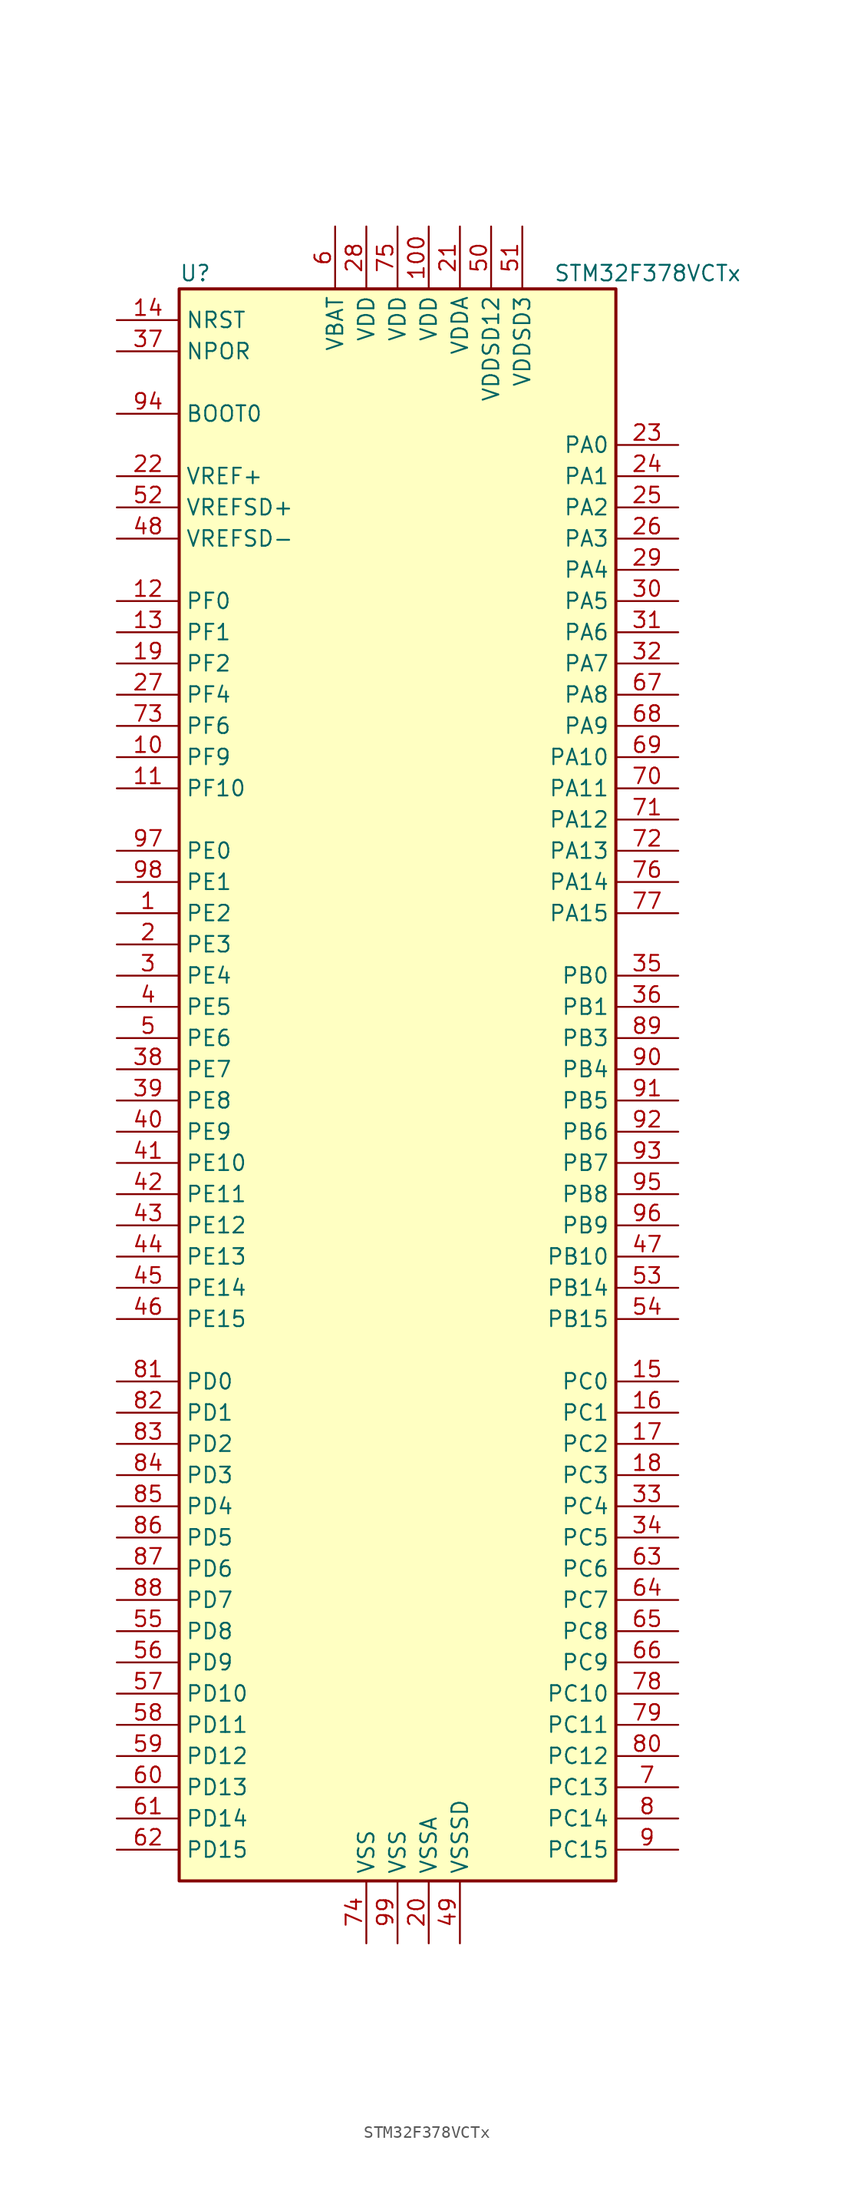
<source format=kicad_sym>
(kicad_symbol_lib
  (version 20201005)
  (generator kicad_symbol_editor)
  (symbol "STM32F378VCTx"
    (property "Reference" "U"
      (at -17.78 64.77 0)
      (effects (font (size 1.27 1.27)) (justify left)))
    (property "Value" "STM32F378VCTx"
      (at 12.7 64.77 0)
      (effects (font (size 1.27 1.27)) (justify left)))
    (symbol "STM32F378VCTx_0_1"
      (rectangle (start -17.78 -66.04) (end 17.78 63.5) (stroke (width 0.254)) (fill (type background))))
    (symbol "STM32F378VCTx_1_1"
      (pin bidirectional line (at -22.86 12.7 0) (length 5.08) (name "PE2" (effects (font (size 1.27 1.27)))) (number "1" (effects (font (size 1.27 1.27)))))
      (pin bidirectional line (at -22.86 25.4 0) (length 5.08) (name "PF9" (effects (font (size 1.27 1.27)))) (number "10" (effects (font (size 1.27 1.27)))))
      (pin power_in line (at 2.54 68.58 270) (length 5.08) (name "VDD" (effects (font (size 1.27 1.27)))) (number "100" (effects (font (size 1.27 1.27)))))
      (pin bidirectional line (at -22.86 22.86 0) (length 5.08) (name "PF10" (effects (font (size 1.27 1.27)))) (number "11" (effects (font (size 1.27 1.27)))))
      (pin input line (at -22.86 38.1 0) (length 5.08) (name "PF0" (effects (font (size 1.27 1.27)))) (number "12" (effects (font (size 1.27 1.27)))))
      (pin input line (at -22.86 35.56 0) (length 5.08) (name "PF1" (effects (font (size 1.27 1.27)))) (number "13" (effects (font (size 1.27 1.27)))))
      (pin input line (at -22.86 60.96 0) (length 5.08) (name "NRST" (effects (font (size 1.27 1.27)))) (number "14" (effects (font (size 1.27 1.27)))))
      (pin bidirectional line (at 22.86 -25.4 180) (length 5.08) (name "PC0" (effects (font (size 1.27 1.27)))) (number "15" (effects (font (size 1.27 1.27)))))
      (pin bidirectional line (at 22.86 -27.94 180) (length 5.08) (name "PC1" (effects (font (size 1.27 1.27)))) (number "16" (effects (font (size 1.27 1.27)))))
      (pin bidirectional line (at 22.86 -30.48 180) (length 5.08) (name "PC2" (effects (font (size 1.27 1.27)))) (number "17" (effects (font (size 1.27 1.27)))))
      (pin bidirectional line (at 22.86 -33.02 180) (length 5.08) (name "PC3" (effects (font (size 1.27 1.27)))) (number "18" (effects (font (size 1.27 1.27)))))
      (pin bidirectional line (at -22.86 33.02 0) (length 5.08) (name "PF2" (effects (font (size 1.27 1.27)))) (number "19" (effects (font (size 1.27 1.27)))))
      (pin bidirectional line (at -22.86 10.16 0) (length 5.08) (name "PE3" (effects (font (size 1.27 1.27)))) (number "2" (effects (font (size 1.27 1.27)))))
      (pin power_in line (at 2.54 -71.12 90) (length 5.08) (name "VSSA" (effects (font (size 1.27 1.27)))) (number "20" (effects (font (size 1.27 1.27)))))
      (pin power_in line (at 5.08 68.58 270) (length 5.08) (name "VDDA" (effects (font (size 1.27 1.27)))) (number "21" (effects (font (size 1.27 1.27)))))
      (pin power_in line (at -22.86 48.26 0) (length 5.08) (name "VREF+" (effects (font (size 1.27 1.27)))) (number "22" (effects (font (size 1.27 1.27)))))
      (pin bidirectional line (at 22.86 50.8 180) (length 5.08) (name "PA0" (effects (font (size 1.27 1.27)))) (number "23" (effects (font (size 1.27 1.27)))))
      (pin bidirectional line (at 22.86 48.26 180) (length 5.08) (name "PA1" (effects (font (size 1.27 1.27)))) (number "24" (effects (font (size 1.27 1.27)))))
      (pin bidirectional line (at 22.86 45.72 180) (length 5.08) (name "PA2" (effects (font (size 1.27 1.27)))) (number "25" (effects (font (size 1.27 1.27)))))
      (pin bidirectional line (at 22.86 43.18 180) (length 5.08) (name "PA3" (effects (font (size 1.27 1.27)))) (number "26" (effects (font (size 1.27 1.27)))))
      (pin bidirectional line (at -22.86 30.48 0) (length 5.08) (name "PF4" (effects (font (size 1.27 1.27)))) (number "27" (effects (font (size 1.27 1.27)))))
      (pin power_in line (at -2.54 68.58 270) (length 5.08) (name "VDD" (effects (font (size 1.27 1.27)))) (number "28" (effects (font (size 1.27 1.27)))))
      (pin bidirectional line (at 22.86 40.64 180) (length 5.08) (name "PA4" (effects (font (size 1.27 1.27)))) (number "29" (effects (font (size 1.27 1.27)))))
      (pin bidirectional line (at -22.86 7.62 0) (length 5.08) (name "PE4" (effects (font (size 1.27 1.27)))) (number "3" (effects (font (size 1.27 1.27)))))
      (pin bidirectional line (at 22.86 38.1 180) (length 5.08) (name "PA5" (effects (font (size 1.27 1.27)))) (number "30" (effects (font (size 1.27 1.27)))))
      (pin bidirectional line (at 22.86 35.56 180) (length 5.08) (name "PA6" (effects (font (size 1.27 1.27)))) (number "31" (effects (font (size 1.27 1.27)))))
      (pin bidirectional line (at 22.86 33.02 180) (length 5.08) (name "PA7" (effects (font (size 1.27 1.27)))) (number "32" (effects (font (size 1.27 1.27)))))
      (pin bidirectional line (at 22.86 -35.56 180) (length 5.08) (name "PC4" (effects (font (size 1.27 1.27)))) (number "33" (effects (font (size 1.27 1.27)))))
      (pin bidirectional line (at 22.86 -38.1 180) (length 5.08) (name "PC5" (effects (font (size 1.27 1.27)))) (number "34" (effects (font (size 1.27 1.27)))))
      (pin bidirectional line (at 22.86 7.62 180) (length 5.08) (name "PB0" (effects (font (size 1.27 1.27)))) (number "35" (effects (font (size 1.27 1.27)))))
      (pin bidirectional line (at 22.86 5.08 180) (length 5.08) (name "PB1" (effects (font (size 1.27 1.27)))) (number "36" (effects (font (size 1.27 1.27)))))
      (pin input line (at -22.86 58.42 0) (length 5.08) (name "NPOR" (effects (font (size 1.27 1.27)))) (number "37" (effects (font (size 1.27 1.27)))))
      (pin bidirectional line (at -22.86 0 0) (length 5.08) (name "PE7" (effects (font (size 1.27 1.27)))) (number "38" (effects (font (size 1.27 1.27)))))
      (pin bidirectional line (at -22.86 -2.54 0) (length 5.08) (name "PE8" (effects (font (size 1.27 1.27)))) (number "39" (effects (font (size 1.27 1.27)))))
      (pin bidirectional line (at -22.86 5.08 0) (length 5.08) (name "PE5" (effects (font (size 1.27 1.27)))) (number "4" (effects (font (size 1.27 1.27)))))
      (pin bidirectional line (at -22.86 -5.08 0) (length 5.08) (name "PE9" (effects (font (size 1.27 1.27)))) (number "40" (effects (font (size 1.27 1.27)))))
      (pin bidirectional line (at -22.86 -7.62 0) (length 5.08) (name "PE10" (effects (font (size 1.27 1.27)))) (number "41" (effects (font (size 1.27 1.27)))))
      (pin bidirectional line (at -22.86 -10.16 0) (length 5.08) (name "PE11" (effects (font (size 1.27 1.27)))) (number "42" (effects (font (size 1.27 1.27)))))
      (pin bidirectional line (at -22.86 -12.7 0) (length 5.08) (name "PE12" (effects (font (size 1.27 1.27)))) (number "43" (effects (font (size 1.27 1.27)))))
      (pin bidirectional line (at -22.86 -15.24 0) (length 5.08) (name "PE13" (effects (font (size 1.27 1.27)))) (number "44" (effects (font (size 1.27 1.27)))))
      (pin bidirectional line (at -22.86 -17.78 0) (length 5.08) (name "PE14" (effects (font (size 1.27 1.27)))) (number "45" (effects (font (size 1.27 1.27)))))
      (pin bidirectional line (at -22.86 -20.32 0) (length 5.08) (name "PE15" (effects (font (size 1.27 1.27)))) (number "46" (effects (font (size 1.27 1.27)))))
      (pin bidirectional line (at 22.86 -15.24 180) (length 5.08) (name "PB10" (effects (font (size 1.27 1.27)))) (number "47" (effects (font (size 1.27 1.27)))))
      (pin power_in line (at -22.86 43.18 0) (length 5.08) (name "VREFSD-" (effects (font (size 1.27 1.27)))) (number "48" (effects (font (size 1.27 1.27)))))
      (pin power_in line (at 5.08 -71.12 90) (length 5.08) (name "VSSSD" (effects (font (size 1.27 1.27)))) (number "49" (effects (font (size 1.27 1.27)))))
      (pin bidirectional line (at -22.86 2.54 0) (length 5.08) (name "PE6" (effects (font (size 1.27 1.27)))) (number "5" (effects (font (size 1.27 1.27)))))
      (pin power_in line (at 7.62 68.58 270) (length 5.08) (name "VDDSD12" (effects (font (size 1.27 1.27)))) (number "50" (effects (font (size 1.27 1.27)))))
      (pin power_in line (at 10.16 68.58 270) (length 5.08) (name "VDDSD3" (effects (font (size 1.27 1.27)))) (number "51" (effects (font (size 1.27 1.27)))))
      (pin power_in line (at -22.86 45.72 0) (length 5.08) (name "VREFSD+" (effects (font (size 1.27 1.27)))) (number "52" (effects (font (size 1.27 1.27)))))
      (pin bidirectional line (at 22.86 -17.78 180) (length 5.08) (name "PB14" (effects (font (size 1.27 1.27)))) (number "53" (effects (font (size 1.27 1.27)))))
      (pin bidirectional line (at 22.86 -20.32 180) (length 5.08) (name "PB15" (effects (font (size 1.27 1.27)))) (number "54" (effects (font (size 1.27 1.27)))))
      (pin bidirectional line (at -22.86 -45.72 0) (length 5.08) (name "PD8" (effects (font (size 1.27 1.27)))) (number "55" (effects (font (size 1.27 1.27)))))
      (pin bidirectional line (at -22.86 -48.26 0) (length 5.08) (name "PD9" (effects (font (size 1.27 1.27)))) (number "56" (effects (font (size 1.27 1.27)))))
      (pin bidirectional line (at -22.86 -50.8 0) (length 5.08) (name "PD10" (effects (font (size 1.27 1.27)))) (number "57" (effects (font (size 1.27 1.27)))))
      (pin bidirectional line (at -22.86 -53.34 0) (length 5.08) (name "PD11" (effects (font (size 1.27 1.27)))) (number "58" (effects (font (size 1.27 1.27)))))
      (pin bidirectional line (at -22.86 -55.88 0) (length 5.08) (name "PD12" (effects (font (size 1.27 1.27)))) (number "59" (effects (font (size 1.27 1.27)))))
      (pin power_in line (at -5.08 68.58 270) (length 5.08) (name "VBAT" (effects (font (size 1.27 1.27)))) (number "6" (effects (font (size 1.27 1.27)))))
      (pin bidirectional line (at -22.86 -58.42 0) (length 5.08) (name "PD13" (effects (font (size 1.27 1.27)))) (number "60" (effects (font (size 1.27 1.27)))))
      (pin bidirectional line (at -22.86 -60.96 0) (length 5.08) (name "PD14" (effects (font (size 1.27 1.27)))) (number "61" (effects (font (size 1.27 1.27)))))
      (pin bidirectional line (at -22.86 -63.5 0) (length 5.08) (name "PD15" (effects (font (size 1.27 1.27)))) (number "62" (effects (font (size 1.27 1.27)))))
      (pin bidirectional line (at 22.86 -40.64 180) (length 5.08) (name "PC6" (effects (font (size 1.27 1.27)))) (number "63" (effects (font (size 1.27 1.27)))))
      (pin bidirectional line (at 22.86 -43.18 180) (length 5.08) (name "PC7" (effects (font (size 1.27 1.27)))) (number "64" (effects (font (size 1.27 1.27)))))
      (pin bidirectional line (at 22.86 -45.72 180) (length 5.08) (name "PC8" (effects (font (size 1.27 1.27)))) (number "65" (effects (font (size 1.27 1.27)))))
      (pin bidirectional line (at 22.86 -48.26 180) (length 5.08) (name "PC9" (effects (font (size 1.27 1.27)))) (number "66" (effects (font (size 1.27 1.27)))))
      (pin bidirectional line (at 22.86 30.48 180) (length 5.08) (name "PA8" (effects (font (size 1.27 1.27)))) (number "67" (effects (font (size 1.27 1.27)))))
      (pin bidirectional line (at 22.86 27.94 180) (length 5.08) (name "PA9" (effects (font (size 1.27 1.27)))) (number "68" (effects (font (size 1.27 1.27)))))
      (pin bidirectional line (at 22.86 25.4 180) (length 5.08) (name "PA10" (effects (font (size 1.27 1.27)))) (number "69" (effects (font (size 1.27 1.27)))))
      (pin bidirectional line (at 22.86 -58.42 180) (length 5.08) (name "PC13" (effects (font (size 1.27 1.27)))) (number "7" (effects (font (size 1.27 1.27)))))
      (pin bidirectional line (at 22.86 22.86 180) (length 5.08) (name "PA11" (effects (font (size 1.27 1.27)))) (number "70" (effects (font (size 1.27 1.27)))))
      (pin bidirectional line (at 22.86 20.32 180) (length 5.08) (name "PA12" (effects (font (size 1.27 1.27)))) (number "71" (effects (font (size 1.27 1.27)))))
      (pin bidirectional line (at 22.86 17.78 180) (length 5.08) (name "PA13" (effects (font (size 1.27 1.27)))) (number "72" (effects (font (size 1.27 1.27)))))
      (pin bidirectional line (at -22.86 27.94 0) (length 5.08) (name "PF6" (effects (font (size 1.27 1.27)))) (number "73" (effects (font (size 1.27 1.27)))))
      (pin power_in line (at -2.54 -71.12 90) (length 5.08) (name "VSS" (effects (font (size 1.27 1.27)))) (number "74" (effects (font (size 1.27 1.27)))))
      (pin power_in line (at 0 68.58 270) (length 5.08) (name "VDD" (effects (font (size 1.27 1.27)))) (number "75" (effects (font (size 1.27 1.27)))))
      (pin bidirectional line (at 22.86 15.24 180) (length 5.08) (name "PA14" (effects (font (size 1.27 1.27)))) (number "76" (effects (font (size 1.27 1.27)))))
      (pin bidirectional line (at 22.86 12.7 180) (length 5.08) (name "PA15" (effects (font (size 1.27 1.27)))) (number "77" (effects (font (size 1.27 1.27)))))
      (pin bidirectional line (at 22.86 -50.8 180) (length 5.08) (name "PC10" (effects (font (size 1.27 1.27)))) (number "78" (effects (font (size 1.27 1.27)))))
      (pin bidirectional line (at 22.86 -53.34 180) (length 5.08) (name "PC11" (effects (font (size 1.27 1.27)))) (number "79" (effects (font (size 1.27 1.27)))))
      (pin bidirectional line (at 22.86 -60.96 180) (length 5.08) (name "PC14" (effects (font (size 1.27 1.27)))) (number "8" (effects (font (size 1.27 1.27)))))
      (pin bidirectional line (at 22.86 -55.88 180) (length 5.08) (name "PC12" (effects (font (size 1.27 1.27)))) (number "80" (effects (font (size 1.27 1.27)))))
      (pin bidirectional line (at -22.86 -25.4 0) (length 5.08) (name "PD0" (effects (font (size 1.27 1.27)))) (number "81" (effects (font (size 1.27 1.27)))))
      (pin bidirectional line (at -22.86 -27.94 0) (length 5.08) (name "PD1" (effects (font (size 1.27 1.27)))) (number "82" (effects (font (size 1.27 1.27)))))
      (pin bidirectional line (at -22.86 -30.48 0) (length 5.08) (name "PD2" (effects (font (size 1.27 1.27)))) (number "83" (effects (font (size 1.27 1.27)))))
      (pin bidirectional line (at -22.86 -33.02 0) (length 5.08) (name "PD3" (effects (font (size 1.27 1.27)))) (number "84" (effects (font (size 1.27 1.27)))))
      (pin bidirectional line (at -22.86 -35.56 0) (length 5.08) (name "PD4" (effects (font (size 1.27 1.27)))) (number "85" (effects (font (size 1.27 1.27)))))
      (pin bidirectional line (at -22.86 -38.1 0) (length 5.08) (name "PD5" (effects (font (size 1.27 1.27)))) (number "86" (effects (font (size 1.27 1.27)))))
      (pin bidirectional line (at -22.86 -40.64 0) (length 5.08) (name "PD6" (effects (font (size 1.27 1.27)))) (number "87" (effects (font (size 1.27 1.27)))))
      (pin bidirectional line (at -22.86 -43.18 0) (length 5.08) (name "PD7" (effects (font (size 1.27 1.27)))) (number "88" (effects (font (size 1.27 1.27)))))
      (pin bidirectional line (at 22.86 2.54 180) (length 5.08) (name "PB3" (effects (font (size 1.27 1.27)))) (number "89" (effects (font (size 1.27 1.27)))))
      (pin bidirectional line (at 22.86 -63.5 180) (length 5.08) (name "PC15" (effects (font (size 1.27 1.27)))) (number "9" (effects (font (size 1.27 1.27)))))
      (pin bidirectional line (at 22.86 0 180) (length 5.08) (name "PB4" (effects (font (size 1.27 1.27)))) (number "90" (effects (font (size 1.27 1.27)))))
      (pin bidirectional line (at 22.86 -2.54 180) (length 5.08) (name "PB5" (effects (font (size 1.27 1.27)))) (number "91" (effects (font (size 1.27 1.27)))))
      (pin bidirectional line (at 22.86 -5.08 180) (length 5.08) (name "PB6" (effects (font (size 1.27 1.27)))) (number "92" (effects (font (size 1.27 1.27)))))
      (pin bidirectional line (at 22.86 -7.62 180) (length 5.08) (name "PB7" (effects (font (size 1.27 1.27)))) (number "93" (effects (font (size 1.27 1.27)))))
      (pin input line (at -22.86 53.34 0) (length 5.08) (name "BOOT0" (effects (font (size 1.27 1.27)))) (number "94" (effects (font (size 1.27 1.27)))))
      (pin bidirectional line (at 22.86 -10.16 180) (length 5.08) (name "PB8" (effects (font (size 1.27 1.27)))) (number "95" (effects (font (size 1.27 1.27)))))
      (pin bidirectional line (at 22.86 -12.7 180) (length 5.08) (name "PB9" (effects (font (size 1.27 1.27)))) (number "96" (effects (font (size 1.27 1.27)))))
      (pin bidirectional line (at -22.86 17.78 0) (length 5.08) (name "PE0" (effects (font (size 1.27 1.27)))) (number "97" (effects (font (size 1.27 1.27)))))
      (pin bidirectional line (at -22.86 15.24 0) (length 5.08) (name "PE1" (effects (font (size 1.27 1.27)))) (number "98" (effects (font (size 1.27 1.27)))))
      (pin power_in line (at 0 -71.12 90) (length 5.08) (name "VSS" (effects (font (size 1.27 1.27)))) (number "99" (effects (font (size 1.27 1.27))))))))
</source>
